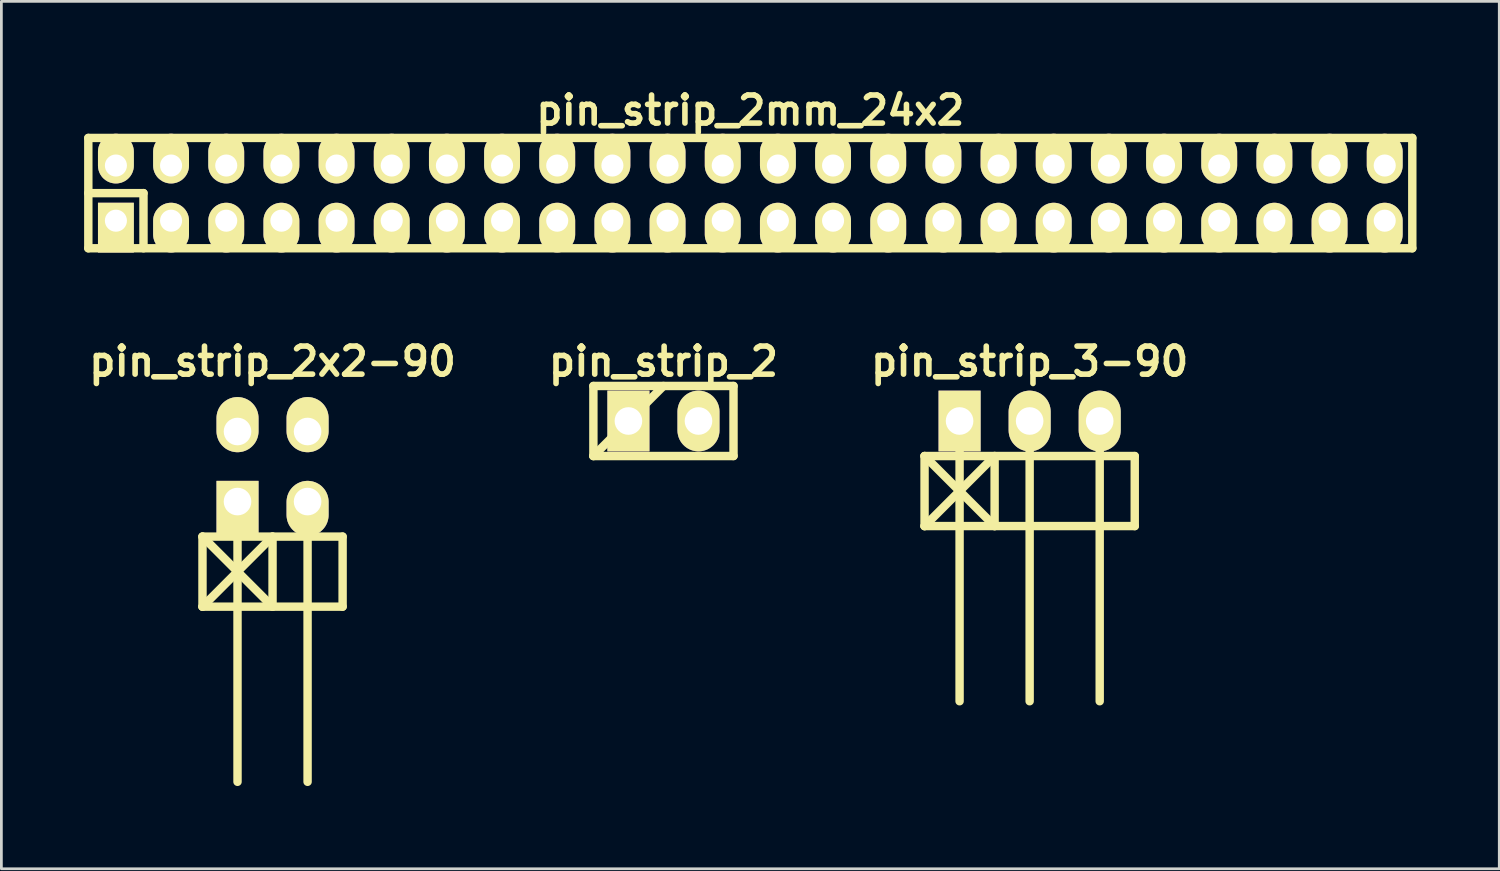
<source format=kicad_pcb>
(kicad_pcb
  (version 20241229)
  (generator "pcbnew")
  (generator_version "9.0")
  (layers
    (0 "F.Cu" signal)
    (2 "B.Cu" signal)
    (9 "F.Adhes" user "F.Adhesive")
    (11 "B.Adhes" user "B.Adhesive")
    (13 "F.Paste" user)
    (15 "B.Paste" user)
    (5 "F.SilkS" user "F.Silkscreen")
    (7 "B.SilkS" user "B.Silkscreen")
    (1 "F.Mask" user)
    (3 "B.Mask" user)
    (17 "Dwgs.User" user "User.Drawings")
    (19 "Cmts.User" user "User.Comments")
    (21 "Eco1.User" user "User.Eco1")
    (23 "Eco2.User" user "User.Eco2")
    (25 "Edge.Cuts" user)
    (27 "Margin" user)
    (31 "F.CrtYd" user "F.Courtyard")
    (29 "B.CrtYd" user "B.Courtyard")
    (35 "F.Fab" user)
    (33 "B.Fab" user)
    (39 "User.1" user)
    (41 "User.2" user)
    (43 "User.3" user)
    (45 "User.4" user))
  (footprint "pin_strip_3-90"
    (layer "F.Cu")
    (at 34.279 12.213)
    (property "Reference" "pin_strip_3-90" (at 0 -2.159 0) (layer "F.SilkS") (effects (font (size 1.016 1.016) (thickness 0.203))))
    (attr through_hole)
    (fp_line (start -3.81 1.27) (end -1.27 3.81) (stroke (width 0.305) (type solid)) (layer "F.SilkS"))
    (fp_line (start -3.81 1.27) (end 3.81 1.27) (stroke (width 0.305) (type solid)) (layer "F.SilkS"))
    (fp_line (start -3.81 3.81) (end -3.81 1.27) (stroke (width 0.305) (type solid)) (layer "F.SilkS"))
    (fp_line (start -2.54 0) (end -2.54 10.16) (stroke (width 0.305) (type solid)) (layer "F.SilkS"))
    (fp_line (start -1.27 1.27) (end -3.81 3.81) (stroke (width 0.305) (type solid)) (layer "F.SilkS"))
    (fp_line (start -1.27 1.27) (end -1.27 3.81) (stroke (width 0.305) (type solid)) (layer "F.SilkS"))
    (fp_line (start 0 0) (end 0 10.16) (stroke (width 0.305) (type solid)) (layer "F.SilkS"))
    (fp_line (start 2.54 10.16) (end 2.54 0) (stroke (width 0.305) (type solid)) (layer "F.SilkS"))
    (fp_line (start 3.81 1.27) (end 3.81 3.81) (stroke (width 0.305) (type solid)) (layer "F.SilkS"))
    (fp_line (start 3.81 3.81) (end -3.81 3.81) (stroke (width 0.305) (type solid)) (layer "F.SilkS"))
    (pad "1" thru_hole rect (at -2.54 0) (size 1.524 2.2) (drill 1.001) (layers "*.Cu" "*.Mask" "F.SilkS"))
    (pad "2" thru_hole oval (at 0 0) (size 1.524 2.2) (drill 1.001) (layers "*.Cu" "*.Mask" "F.SilkS"))
    (pad "3" thru_hole oval (at 2.54 0) (size 1.524 2.2) (drill 1.001) (layers "*.Cu" "*.Mask" "F.SilkS")))
  (footprint "pin_strip_2mm_24x2"
    (layer "F.Cu")
    (at 24.152 3.951)
    (property "Reference" "pin_strip_2mm_24x2" (at 0 -3 0) (layer "F.SilkS") (effects (font (size 1.016 1.016) (thickness 0.203))))
    (attr through_hole)
    (fp_line (start -24 -2) (end 24 -2) (stroke (width 0.305) (type solid)) (layer "F.SilkS"))
    (fp_line (start -24 0) (end -22 0) (stroke (width 0.305) (type solid)) (layer "F.SilkS"))
    (fp_line (start -24 2) (end -24 -2) (stroke (width 0.305) (type solid)) (layer "F.SilkS"))
    (fp_line (start -22 0) (end -22 2) (stroke (width 0.305) (type solid)) (layer "F.SilkS"))
    (fp_line (start 24 -2) (end 24 2) (stroke (width 0.305) (type solid)) (layer "F.SilkS"))
    (fp_line (start 24 2) (end -24 2) (stroke (width 0.305) (type solid)) (layer "F.SilkS"))
    (pad "1" thru_hole rect (at -23 1) (size 1.3 1.8) (drill 0.8 (offset 0 0.25)) (layers "*.Cu" "*.Mask" "F.SilkS"))
    (pad "2" thru_hole oval (at -23 -1) (size 1.3 1.8) (drill 0.8 (offset 0 -0.25)) (layers "*.Cu" "*.Mask" "F.SilkS"))
    (pad "3" thru_hole oval (at -21 1) (size 1.3 1.8) (drill 0.8 (offset 0 0.25)) (layers "*.Cu" "*.Mask" "F.SilkS"))
    (pad "4" thru_hole oval (at -21 -1) (size 1.3 1.8) (drill 0.8 (offset 0 -0.25)) (layers "*.Cu" "*.Mask" "F.SilkS"))
    (pad "5" thru_hole oval (at -19 1) (size 1.3 1.8) (drill 0.8 (offset 0 0.25)) (layers "*.Cu" "*.Mask" "F.SilkS"))
    (pad "6" thru_hole oval (at -19 -1) (size 1.3 1.8) (drill 0.8 (offset 0 -0.25)) (layers "*.Cu" "*.Mask" "F.SilkS"))
    (pad "7" thru_hole oval (at -17 1) (size 1.3 1.8) (drill 0.8 (offset 0 0.25)) (layers "*.Cu" "*.Mask" "F.SilkS"))
    (pad "8" thru_hole oval (at -17 -1) (size 1.3 1.8) (drill 0.8 (offset 0 -0.25)) (layers "*.Cu" "*.Mask" "F.SilkS"))
    (pad "9" thru_hole oval (at -15 1) (size 1.3 1.8) (drill 0.8 (offset 0 0.25)) (layers "*.Cu" "*.Mask" "F.SilkS"))
    (pad "10" thru_hole oval (at -15 -1) (size 1.3 1.8) (drill 0.8 (offset 0 -0.25)) (layers "*.Cu" "*.Mask" "F.SilkS"))
    (pad "11" thru_hole oval (at -13 1) (size 1.3 1.8) (drill 0.8 (offset 0 0.25)) (layers "*.Cu" "*.Mask" "F.SilkS"))
    (pad "12" thru_hole oval (at -13 -1) (size 1.3 1.8) (drill 0.8 (offset 0 -0.25)) (layers "*.Cu" "*.Mask" "F.SilkS"))
    (pad "13" thru_hole oval (at -11 1) (size 1.3 1.8) (drill 0.8 (offset 0 0.25)) (layers "*.Cu" "*.Mask" "F.SilkS"))
    (pad "14" thru_hole oval (at -11 -1) (size 1.3 1.8) (drill 0.8 (offset 0 -0.25)) (layers "*.Cu" "*.Mask" "F.SilkS"))
    (pad "15" thru_hole oval (at -9 1) (size 1.3 1.8) (drill 0.8 (offset 0 0.25)) (layers "*.Cu" "*.Mask" "F.SilkS"))
    (pad "16" thru_hole oval (at -9 -1) (size 1.3 1.8) (drill 0.8 (offset 0 -0.25)) (layers "*.Cu" "*.Mask" "F.SilkS"))
    (pad "17" thru_hole oval (at -7 1) (size 1.3 1.8) (drill 0.8 (offset 0 0.25)) (layers "*.Cu" "*.Mask" "F.SilkS"))
    (pad "18" thru_hole oval (at -7 -1) (size 1.3 1.8) (drill 0.8 (offset 0 -0.25)) (layers "*.Cu" "*.Mask" "F.SilkS"))
    (pad "19" thru_hole oval (at -5 1) (size 1.3 1.8) (drill 0.8 (offset 0 0.25)) (layers "*.Cu" "*.Mask" "F.SilkS"))
    (pad "20" thru_hole oval (at -5 -1) (size 1.3 1.8) (drill 0.8 (offset 0 -0.25)) (layers "*.Cu" "*.Mask" "F.SilkS"))
    (pad "21" thru_hole oval (at -3 1) (size 1.3 1.8) (drill 0.8 (offset 0 0.25)) (layers "*.Cu" "*.Mask" "F.SilkS"))
    (pad "22" thru_hole oval (at -3 -1) (size 1.3 1.8) (drill 0.8 (offset 0 -0.25)) (layers "*.Cu" "*.Mask" "F.SilkS"))
    (pad "23" thru_hole oval (at -1 1) (size 1.3 1.8) (drill 0.8 (offset 0 0.25)) (layers "*.Cu" "*.Mask" "F.SilkS"))
    (pad "24" thru_hole oval (at -1 -1) (size 1.3 1.8) (drill 0.8 (offset 0 -0.25)) (layers "*.Cu" "*.Mask" "F.SilkS"))
    (pad "25" thru_hole oval (at 1 1) (size 1.3 1.8) (drill 0.8 (offset 0 0.25)) (layers "*.Cu" "*.Mask" "F.SilkS"))
    (pad "26" thru_hole oval (at 1 -1) (size 1.3 1.8) (drill 0.8 (offset 0 -0.25)) (layers "*.Cu" "*.Mask" "F.SilkS"))
    (pad "27" thru_hole oval (at 3 1) (size 1.3 1.8) (drill 0.8 (offset 0 0.25)) (layers "*.Cu" "*.Mask" "F.SilkS"))
    (pad "28" thru_hole oval (at 3 -1) (size 1.3 1.8) (drill 0.8 (offset 0 -0.25)) (layers "*.Cu" "*.Mask" "F.SilkS"))
    (pad "29" thru_hole oval (at 5 1) (size 1.3 1.8) (drill 0.8 (offset 0 0.25)) (layers "*.Cu" "*.Mask" "F.SilkS"))
    (pad "30" thru_hole oval (at 5 -1) (size 1.3 1.8) (drill 0.8 (offset 0 -0.25)) (layers "*.Cu" "*.Mask" "F.SilkS"))
    (pad "31" thru_hole oval (at 7 1) (size 1.3 1.8) (drill 0.8 (offset 0 0.25)) (layers "*.Cu" "*.Mask" "F.SilkS"))
    (pad "32" thru_hole oval (at 7 -1) (size 1.3 1.8) (drill 0.8 (offset 0 -0.25)) (layers "*.Cu" "*.Mask" "F.SilkS"))
    (pad "33" thru_hole oval (at 9 1) (size 1.3 1.8) (drill 0.8 (offset 0 0.25)) (layers "*.Cu" "*.Mask" "F.SilkS"))
    (pad "34" thru_hole oval (at 9 -1) (size 1.3 1.8) (drill 0.8 (offset 0 -0.25)) (layers "*.Cu" "*.Mask" "F.SilkS"))
    (pad "35" thru_hole oval (at 11 1) (size 1.3 1.8) (drill 0.8 (offset 0 0.25)) (layers "*.Cu" "*.Mask" "F.SilkS"))
    (pad "36" thru_hole oval (at 11 -1) (size 1.3 1.8) (drill 0.8 (offset 0 -0.25)) (layers "*.Cu" "*.Mask" "F.SilkS"))
    (pad "37" thru_hole oval (at 13 1) (size 1.3 1.8) (drill 0.8 (offset 0 0.25)) (layers "*.Cu" "*.Mask" "F.SilkS"))
    (pad "38" thru_hole oval (at 13 -1) (size 1.3 1.8) (drill 0.8 (offset 0 -0.25)) (layers "*.Cu" "*.Mask" "F.SilkS"))
    (pad "39" thru_hole oval (at 15 1) (size 1.3 1.8) (drill 0.8 (offset 0 0.25)) (layers "*.Cu" "*.Mask" "F.SilkS"))
    (pad "40" thru_hole oval (at 15 -1) (size 1.3 1.8) (drill 0.8 (offset 0 -0.25)) (layers "*.Cu" "*.Mask" "F.SilkS"))
    (pad "41" thru_hole oval (at 17 1) (size 1.3 1.8) (drill 0.8 (offset 0 0.25)) (layers "*.Cu" "*.Mask" "F.SilkS"))
    (pad "42" thru_hole oval (at 17 -1) (size 1.3 1.8) (drill 0.8 (offset 0 -0.25)) (layers "*.Cu" "*.Mask" "F.SilkS"))
    (pad "43" thru_hole oval (at 19 1) (size 1.3 1.8) (drill 0.8 (offset 0 0.25)) (layers "*.Cu" "*.Mask" "F.SilkS"))
    (pad "44" thru_hole oval (at 19 -1) (size 1.3 1.8) (drill 0.8 (offset 0 -0.25)) (layers "*.Cu" "*.Mask" "F.SilkS"))
    (pad "45" thru_hole oval (at 21 1) (size 1.3 1.8) (drill 0.8 (offset 0 0.25)) (layers "*.Cu" "*.Mask" "F.SilkS"))
    (pad "46" thru_hole oval (at 21 -1) (size 1.3 1.8) (drill 0.8 (offset 0 -0.25)) (layers "*.Cu" "*.Mask" "F.SilkS"))
    (pad "47" thru_hole oval (at 23 1) (size 1.3 1.8) (drill 0.8 (offset 0 0.25)) (layers "*.Cu" "*.Mask" "F.SilkS"))
    (pad "48" thru_hole oval (at 23 -1) (size 1.3 1.8) (drill 0.8 (offset 0 -0.25)) (layers "*.Cu" "*.Mask" "F.SilkS")))
  (footprint "pin_strip_2x2-90"
    (layer "F.Cu")
    (at 6.831 13.864)
    (property "Reference" "pin_strip_2x2-90" (at 0 -3.81 0) (layer "F.SilkS") (effects (font (size 1.016 1.016) (thickness 0.203))))
    (attr through_hole)
    (fp_line (start -2.54 2.54) (end 2.54 2.54) (stroke (width 0.305) (type solid)) (layer "F.SilkS"))
    (fp_line (start -2.54 5.08) (end -2.54 2.54) (stroke (width 0.305) (type solid)) (layer "F.SilkS"))
    (fp_line (start -1.27 1.27) (end -1.27 11.43) (stroke (width 0.305) (type solid)) (layer "F.SilkS"))
    (fp_line (start 0 2.54) (end -2.54 5.08) (stroke (width 0.305) (type solid)) (layer "F.SilkS"))
    (fp_line (start 0 2.54) (end 0 5.08) (stroke (width 0.305) (type solid)) (layer "F.SilkS"))
    (fp_line (start 0 5.08) (end -2.54 2.54) (stroke (width 0.305) (type solid)) (layer "F.SilkS"))
    (fp_line (start 1.27 1.27) (end 1.27 11.43) (stroke (width 0.305) (type solid)) (layer "F.SilkS"))
    (fp_line (start 2.54 2.54) (end 2.54 5.08) (stroke (width 0.305) (type solid)) (layer "F.SilkS"))
    (fp_line (start 2.54 5.08) (end -2.54 5.08) (stroke (width 0.305) (type solid)) (layer "F.SilkS"))
    (pad "1" thru_hole rect (at -1.27 1.27) (size 1.524 1.999) (drill 1.001 (offset 0 0.249)) (layers "*.Cu" "*.Mask" "F.SilkS"))
    (pad "2" thru_hole oval (at -1.27 -1.27) (size 1.524 1.999) (drill 1.001 (offset 0 -0.249)) (layers "*.Cu" "*.Mask" "F.SilkS"))
    (pad "3" thru_hole oval (at 1.27 1.27) (size 1.524 1.999) (drill 1.001 (offset 0 0.249)) (layers "*.Cu" "*.Mask" "F.SilkS"))
    (pad "4" thru_hole oval (at 1.27 -1.27) (size 1.524 1.999) (drill 1.001 (offset 0 -0.249)) (layers "*.Cu" "*.Mask" "F.SilkS")))
  (footprint "pin_strip_2"
    (layer "F.Cu")
    (at 21.003 12.213)
    (property "Reference" "pin_strip_2" (at 0 -2.159 0) (layer "F.SilkS") (effects (font (size 1.016 1.016) (thickness 0.203))))
    (attr through_hole)
    (fp_line (start -2.54 -1.27) (end 2.54 -1.27) (stroke (width 0.305) (type solid)) (layer "F.SilkS"))
    (fp_line (start -2.54 1.27) (end -2.54 -1.27) (stroke (width 0.305) (type solid)) (layer "F.SilkS"))
    (fp_line (start -2.54 1.27) (end 0 -1.27) (stroke (width 0.305) (type solid)) (layer "F.SilkS"))
    (fp_line (start 2.54 -1.27) (end 2.54 1.27) (stroke (width 0.305) (type solid)) (layer "F.SilkS"))
    (fp_line (start 2.54 1.27) (end -2.54 1.27) (stroke (width 0.305) (type solid)) (layer "F.SilkS"))
    (pad "1" thru_hole rect (at -1.27 0) (size 1.524 2.2) (drill 1.001) (layers "*.Cu" "*.Mask" "F.SilkS"))
    (pad "2" thru_hole oval (at 1.27 0) (size 1.524 2.2) (drill 1.001) (layers "*.Cu" "*.Mask" "F.SilkS")))
  (gr_rect
    (start -3 -3)
    (end 51.305 28.447)
    (stroke (width 0.1) (type default))
    (fill no)
    (layer "Edge.Cuts")))
</source>
